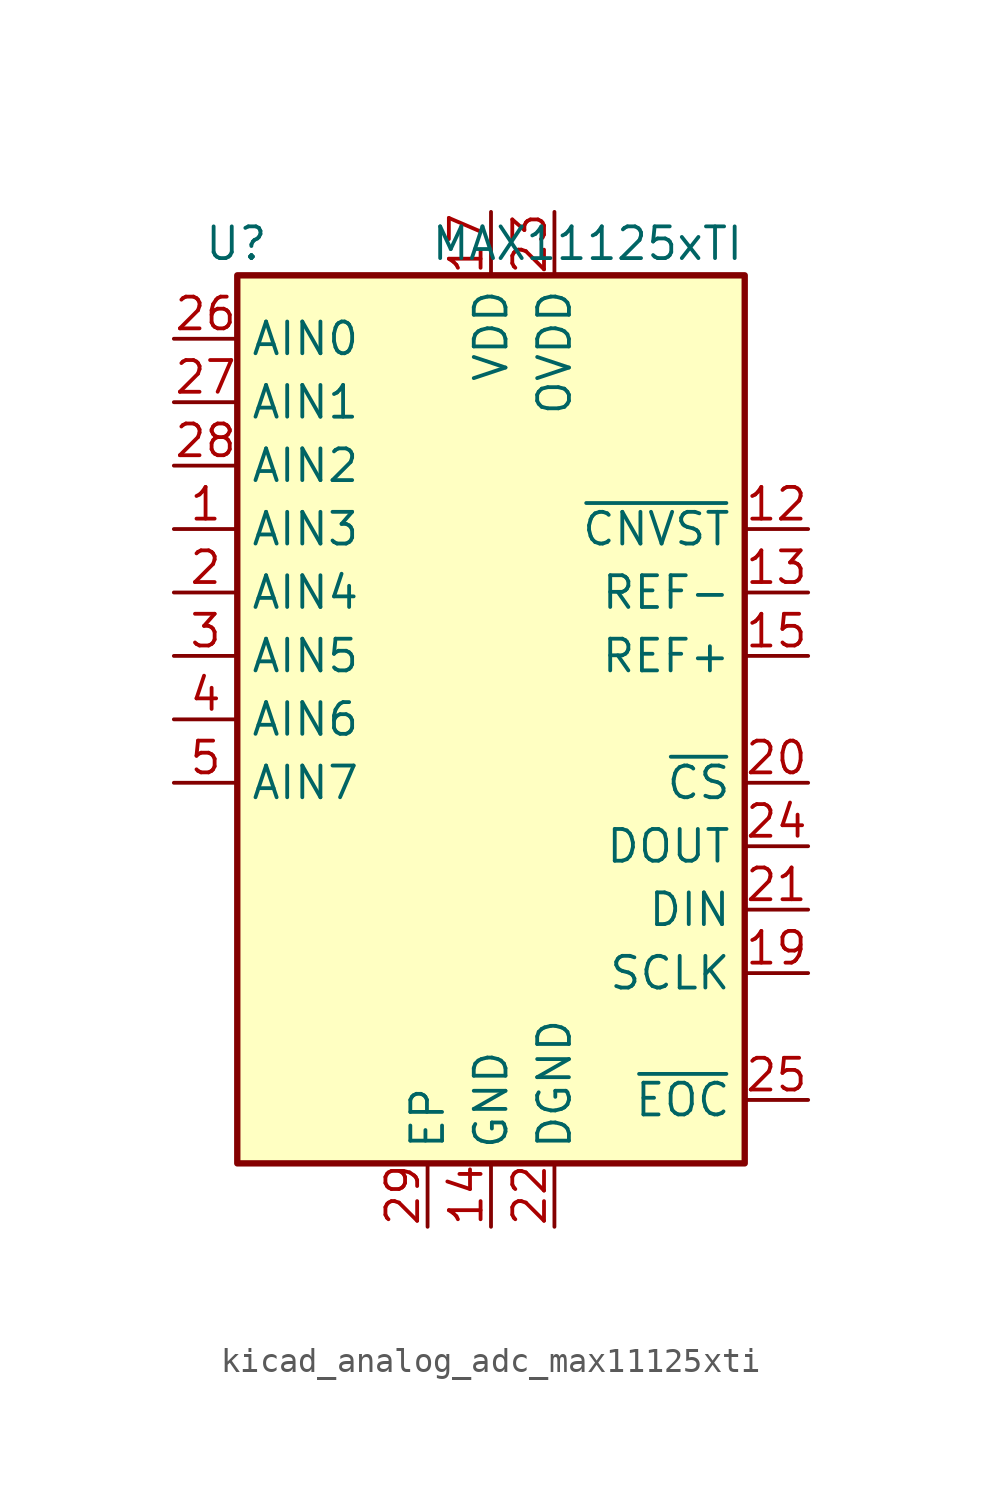
<source format=kicad_sym>
(kicad_symbol_lib
  (version 20220914)
  (generator kicad_symbol_editor)
  (symbol "kicad_analog_adc_max11125xti"
    (property "Reference" "U"
      (at -8.89 19.05 0)
      (effects (font (size 1.27 1.27)) (justify right)))
    (property "Value" "MAX11125xTI"
      (at 10.16 19.05 0)
      (effects (font (size 1.27 1.27)) (justify right)))
    (symbol "kicad_analog_adc_max11125xti_0_1"
      (rectangle (start 10.16 17.78) (end -10.16 -17.78) (stroke (width 0.254) (type default)) (fill (type background))))
    (symbol "kicad_analog_adc_max11125xti_1_1"
      (pin input line (at -12.7 7.62 0) (length 2.54) (name "AIN3" (effects (font (size 1.27 1.27)))) (number "1" (effects (font (size 1.27 1.27)))))
      (pin passive line (at 0 -20.32 90) (length 2.54) hide (name "GND" (effects (font (size 1.27 1.27)))) (number "10" (effects (font (size 1.27 1.27)))))
      (pin passive line (at 0 -20.32 90) (length 2.54) hide (name "GND" (effects (font (size 1.27 1.27)))) (number "11" (effects (font (size 1.27 1.27)))))
      (pin input line (at 12.7 7.62 180) (length 2.54) (name "~{CNVST}" (effects (font (size 1.27 1.27)))) (number "12" (effects (font (size 1.27 1.27)))))
      (pin input line (at 12.7 5.08 180) (length 2.54) (name "REF-" (effects (font (size 1.27 1.27)))) (number "13" (effects (font (size 1.27 1.27)))))
      (pin power_in line (at 0 -20.32 90) (length 2.54) (name "GND" (effects (font (size 1.27 1.27)))) (number "14" (effects (font (size 1.27 1.27)))))
      (pin input line (at 12.7 2.54 180) (length 2.54) (name "REF+" (effects (font (size 1.27 1.27)))) (number "15" (effects (font (size 1.27 1.27)))))
      (pin passive line (at 0 -20.32 90) (length 2.54) hide (name "GND" (effects (font (size 1.27 1.27)))) (number "16" (effects (font (size 1.27 1.27)))))
      (pin power_in line (at 0 20.32 270) (length 2.54) (name "VDD" (effects (font (size 1.27 1.27)))) (number "17" (effects (font (size 1.27 1.27)))))
      (pin passive line (at 0 20.32 270) (length 2.54) hide (name "VDD" (effects (font (size 1.27 1.27)))) (number "18" (effects (font (size 1.27 1.27)))))
      (pin input line (at 12.7 -10.16 180) (length 2.54) (name "SCLK" (effects (font (size 1.27 1.27)))) (number "19" (effects (font (size 1.27 1.27)))))
      (pin input line (at -12.7 5.08 0) (length 2.54) (name "AIN4" (effects (font (size 1.27 1.27)))) (number "2" (effects (font (size 1.27 1.27)))))
      (pin input line (at 12.7 -2.54 180) (length 2.54) (name "~{CS}" (effects (font (size 1.27 1.27)))) (number "20" (effects (font (size 1.27 1.27)))))
      (pin input line (at 12.7 -7.62 180) (length 2.54) (name "DIN" (effects (font (size 1.27 1.27)))) (number "21" (effects (font (size 1.27 1.27)))))
      (pin power_in line (at 2.54 -20.32 90) (length 2.54) (name "DGND" (effects (font (size 1.27 1.27)))) (number "22" (effects (font (size 1.27 1.27)))))
      (pin power_in line (at 2.54 20.32 270) (length 2.54) (name "OVDD" (effects (font (size 1.27 1.27)))) (number "23" (effects (font (size 1.27 1.27)))))
      (pin output line (at 12.7 -5.08 180) (length 2.54) (name "DOUT" (effects (font (size 1.27 1.27)))) (number "24" (effects (font (size 1.27 1.27)))))
      (pin output line (at 12.7 -15.24 180) (length 2.54) (name "~{EOC}" (effects (font (size 1.27 1.27)))) (number "25" (effects (font (size 1.27 1.27)))))
      (pin input line (at -12.7 15.24 0) (length 2.54) (name "AIN0" (effects (font (size 1.27 1.27)))) (number "26" (effects (font (size 1.27 1.27)))))
      (pin input line (at -12.7 12.7 0) (length 2.54) (name "AIN1" (effects (font (size 1.27 1.27)))) (number "27" (effects (font (size 1.27 1.27)))))
      (pin input line (at -12.7 10.16 0) (length 2.54) (name "AIN2" (effects (font (size 1.27 1.27)))) (number "28" (effects (font (size 1.27 1.27)))))
      (pin power_in line (at -2.54 -20.32 90) (length 2.54) (name "EP" (effects (font (size 1.27 1.27)))) (number "29" (effects (font (size 1.27 1.27)))))
      (pin input line (at -12.7 2.54 0) (length 2.54) (name "AIN5" (effects (font (size 1.27 1.27)))) (number "3" (effects (font (size 1.27 1.27)))))
      (pin input line (at -12.7 0 0) (length 2.54) (name "AIN6" (effects (font (size 1.27 1.27)))) (number "4" (effects (font (size 1.27 1.27)))))
      (pin input line (at -12.7 -2.54 0) (length 2.54) (name "AIN7" (effects (font (size 1.27 1.27)))) (number "5" (effects (font (size 1.27 1.27)))))
      (pin passive line (at 0 -20.32 90) (length 2.54) hide (name "GND" (effects (font (size 1.27 1.27)))) (number "6" (effects (font (size 1.27 1.27)))))
      (pin passive line (at 0 -20.32 90) (length 2.54) hide (name "GND" (effects (font (size 1.27 1.27)))) (number "7" (effects (font (size 1.27 1.27)))))
      (pin passive line (at 0 -20.32 90) (length 2.54) hide (name "GND" (effects (font (size 1.27 1.27)))) (number "8" (effects (font (size 1.27 1.27)))))
      (pin passive line (at 0 -20.32 90) (length 2.54) hide (name "GND" (effects (font (size 1.27 1.27)))) (number "9" (effects (font (size 1.27 1.27))))))))
</source>
